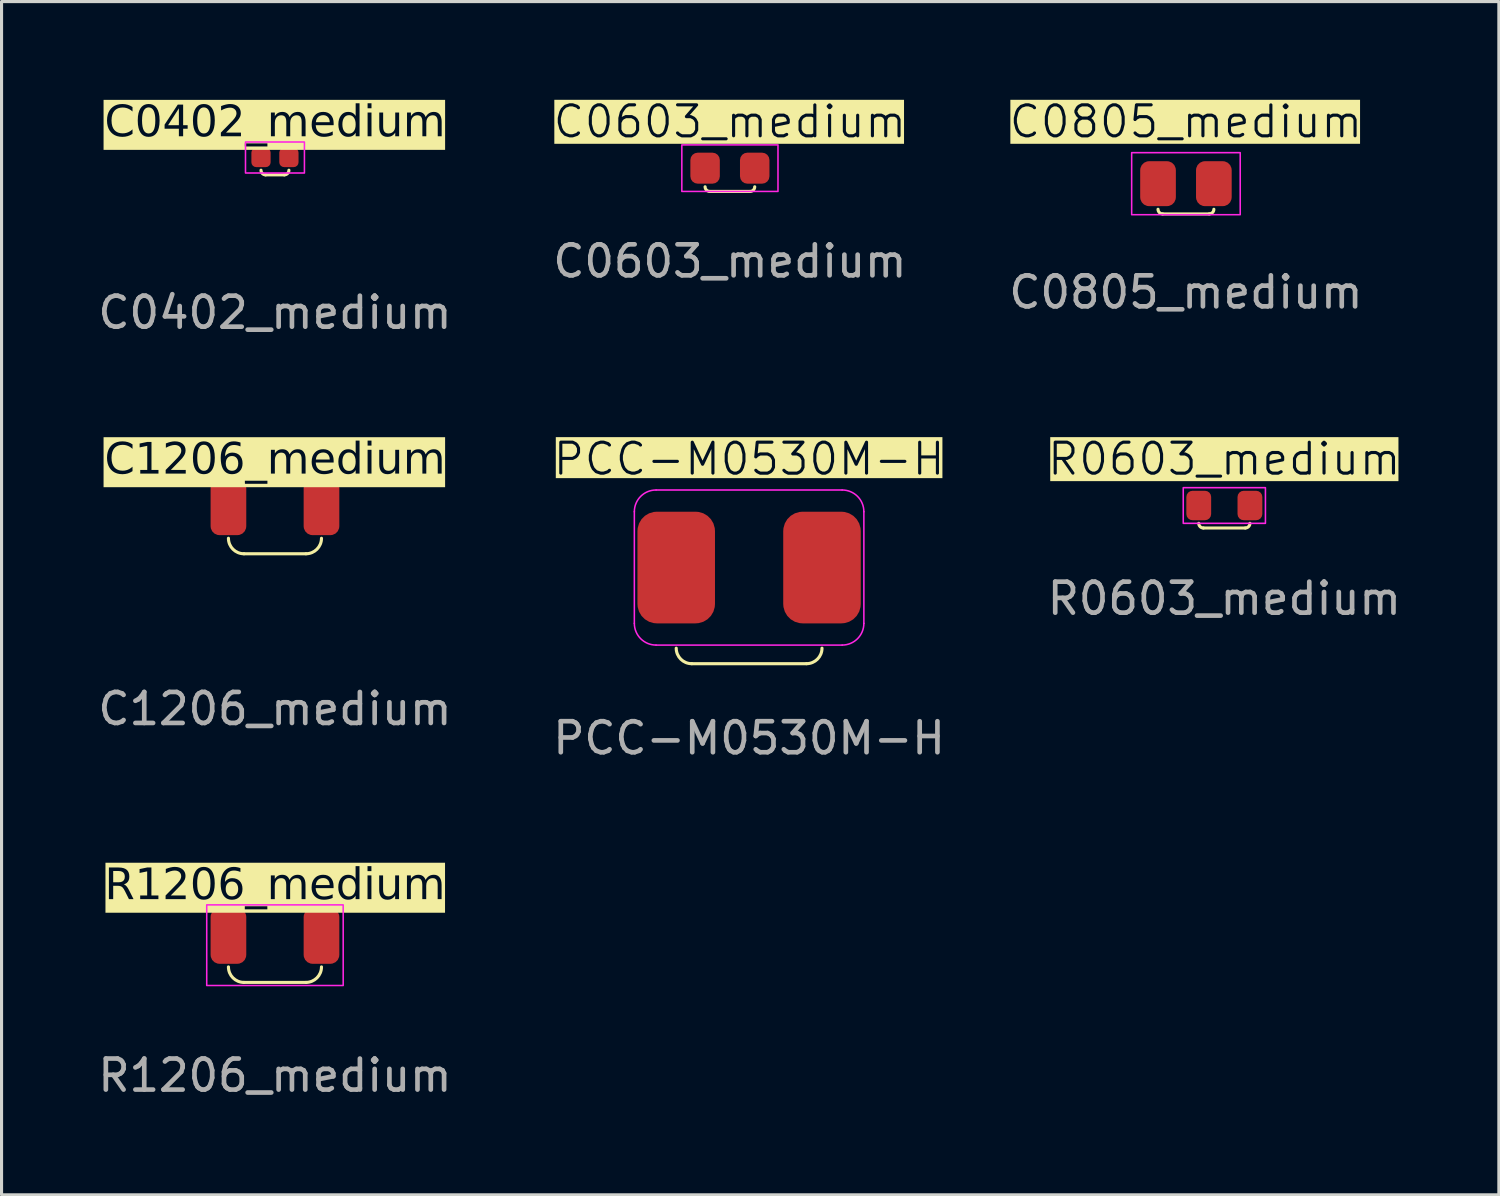
<source format=kicad_pcb>
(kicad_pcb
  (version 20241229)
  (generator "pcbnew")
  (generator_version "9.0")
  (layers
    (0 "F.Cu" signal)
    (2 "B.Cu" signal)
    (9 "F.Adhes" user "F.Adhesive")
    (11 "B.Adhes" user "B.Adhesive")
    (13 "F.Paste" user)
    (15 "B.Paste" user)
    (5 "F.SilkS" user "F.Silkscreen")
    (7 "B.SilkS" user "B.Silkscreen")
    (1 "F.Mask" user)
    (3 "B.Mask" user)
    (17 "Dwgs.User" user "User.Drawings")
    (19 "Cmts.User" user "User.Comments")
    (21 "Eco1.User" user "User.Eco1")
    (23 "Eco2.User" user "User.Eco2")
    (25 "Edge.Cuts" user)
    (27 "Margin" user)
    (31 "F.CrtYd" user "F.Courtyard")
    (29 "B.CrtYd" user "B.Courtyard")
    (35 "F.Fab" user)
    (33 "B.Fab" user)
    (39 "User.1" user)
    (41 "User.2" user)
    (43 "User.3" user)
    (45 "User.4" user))
  (footprint "R0603_medium"
    (layer "F.Cu")
    (at 36.424 13.248)
    (property "Reference" "R0603_medium" (at 0 -1.5 0) (unlocked yes) (layer "F.SilkS" knockout) (effects (font (size 1 1) (thickness 0.1))))
    (attr smd)
    (fp_line (start -0.675 0.725) (end 0.675 0.725) (stroke (width 0.1) (type default)) (layer "F.SilkS"))
    (fp_arc (start -0.675 0.725) (mid -0.781066 0.681066) (end -0.825 0.575) (stroke (width 0.1) (type default)) (layer "F.SilkS"))
    (fp_arc (start 0.825 0.575) (mid 0.781066 0.681066) (end 0.675 0.725) (stroke (width 0.1) (type default)) (layer "F.SilkS"))
    (fp_rect (start -1.325 -0.575) (end 1.325 0.575) (stroke (width 0.05) (type default)) (fill no) (layer "F.CrtYd"))
    (fp_text user "${REFERENCE}" (at 0 3 0) (unlocked yes) (layer "F.Fab") (effects (font (size 1 1) (thickness 0.15))))
    (pad "1" smd roundrect (at -0.825 0) (size 0.8 0.95) (layers "F.Cu" "F.Mask" "F.Paste") (roundrect_rratio 0.25))
    (pad "2" smd roundrect (at 0.825 0) (size 0.8 0.95) (layers "F.Cu" "F.Mask" "F.Paste") (roundrect_rratio 0.25)))
  (footprint "C0805_medium"
    (layer "F.Cu")
    (at 35.186 2.872)
    (property "Reference" "C0805_medium" (at 0 -2 0) (unlocked yes) (layer "F.SilkS" knockout) (effects (font (size 1 1) (thickness 0.1))))
    (attr smd)
    (fp_line (start -0.75 0.975) (end 0.75 0.975) (stroke (width 0.1) (type default)) (layer "F.SilkS"))
    (fp_arc (start -0.75 0.975) (mid -0.856066 0.931066) (end -0.9 0.825) (stroke (width 0.1) (type default)) (layer "F.SilkS"))
    (fp_arc (start 0.9 0.825) (mid 0.856066 0.931066) (end 0.75 0.975) (stroke (width 0.1) (type default)) (layer "F.SilkS"))
    (fp_rect (start -1.75 -1) (end 1.75 1) (stroke (width 0.05) (type default)) (fill no) (layer "F.CrtYd"))
    (fp_text user "${REFERENCE}" (at 0 3.5 0) (unlocked yes) (layer "F.Fab") (effects (font (size 1 1) (thickness 0.15))))
    (pad "1" smd roundrect (at -0.9 0) (size 1.15 1.45) (layers "F.Cu" "F.Mask" "F.Paste") (roundrect_rratio 0.25))
    (pad "2" smd roundrect (at 0.9 0) (size 1.15 1.45) (layers "F.Cu" "F.Mask" "F.Paste") (roundrect_rratio 0.25)))
  (footprint "C1206_medium"
    (layer "F.Cu")
    (at 5.815 13.304)
    (property "Reference" "C1206_medium" (at 0 -1.5 0) (unlocked yes) (layer "F.SilkS" knockout) (effects (font (face "Futura") (size 1 1) (thickness 0.1))))
    (attr smd)
    (fp_line (start -1 1.5) (end 1 1.5) (stroke (width 0.1) (type default)) (layer "F.SilkS"))
    (fp_arc (start -1 1.5) (mid -1.353553 1.353553) (end -1.5 1) (stroke (width 0.1) (type default)) (layer "F.SilkS"))
    (fp_arc (start 1.5 1) (mid 1.353553 1.353553) (end 1 1.5) (stroke (width 0.1) (type default)) (layer "F.SilkS"))
    (fp_text user "${REFERENCE}" (at 0 6.5 0) (unlocked yes) (layer "F.Fab") (effects (font (size 1 1) (thickness 0.15))))
    (pad "1" smd roundrect (at -1.5 0) (size 1.15 1.8) (layers "F.Cu" "F.Mask" "F.Paste") (roundrect_rratio 0.25))
    (pad "2" smd roundrect (at 1.5 0) (size 1.15 1.8) (layers "F.Cu" "F.Mask" "F.Paste") (roundrect_rratio 0.25)))
  (footprint "C0603_medium"
    (layer "F.Cu")
    (at 20.483 2.372)
    (property "Reference" "C0603_medium" (at 0 -1.5 0) (unlocked yes) (layer "F.SilkS" knockout) (effects (font (size 1 1) (thickness 0.1))))
    (attr smd)
    (fp_line (start -0.65 0.75) (end 0.65 0.75) (stroke (width 0.1) (type default)) (layer "F.SilkS"))
    (fp_arc (start -0.65 0.75) (mid -0.756066 0.706066) (end -0.8 0.6) (stroke (width 0.1) (type default)) (layer "F.SilkS"))
    (fp_arc (start 0.8 0.6) (mid 0.756066 0.706066) (end 0.65 0.75) (stroke (width 0.1) (type default)) (layer "F.SilkS"))
    (fp_rect (start -1.55 -0.75) (end 1.55 0.75) (stroke (width 0.05) (type default)) (fill no) (layer "F.CrtYd"))
    (fp_text user "${REFERENCE}" (at 0 3 0) (unlocked yes) (layer "F.Fab") (effects (font (size 1 1) (thickness 0.15))))
    (pad "1" smd roundrect (at -0.8 0) (size 0.95 1) (layers "F.Cu" "F.Mask" "F.Paste") (roundrect_rratio 0.25))
    (pad "2" smd roundrect (at 0.8 0) (size 0.95 1) (layers "F.Cu" "F.Mask" "F.Paste") (roundrect_rratio 0.25)))
  (footprint "C0402_medium"
    (layer "F.Cu")
    (at 5.815 2.028)
    (property "Reference" "C0402_medium" (at 0 -1.1 0) (unlocked yes) (layer "F.SilkS" knockout) (effects (font (face "Futura") (size 1 1) (thickness 0.1))))
    (attr smd)
    (fp_line (start -0.3 0.56) (end 0.3 0.56) (stroke (width 0.1) (type default)) (layer "F.SilkS"))
    (fp_arc (start -0.3 0.56) (mid -0.406066 0.516066) (end -0.45 0.41) (stroke (width 0.1) (type default)) (layer "F.SilkS"))
    (fp_arc (start 0.45 0.41) (mid 0.406066 0.516066) (end 0.3 0.56) (stroke (width 0.1) (type default)) (layer "F.SilkS"))
    (fp_rect (start -0.95 -0.5) (end 0.95 0.5) (stroke (width 0.05) (type default)) (fill no) (layer "F.CrtYd"))
    (fp_text user "${REFERENCE}" (at 0 5 0) (unlocked yes) (layer "F.Fab") (effects (font (size 1 1) (thickness 0.15))))
    (pad "1" smd roundrect (at -0.45 0) (size 0.62 0.62) (layers "F.Cu" "F.Mask" "F.Paste") (roundrect_rratio 0.25))
    (pad "2" smd roundrect (at 0.45 0) (size 0.62 0.62) (layers "F.Cu" "F.Mask" "F.Paste") (roundrect_rratio 0.25)))
  (footprint "R1206_medium"
    (layer "F.Cu")
    (at 5.815 27.124)
    (property "Reference" "R1206_medium" (at 0 -1.6 0) (unlocked yes) (layer "F.SilkS" knockout) (effects (font (face "Futura") (size 1 1) (thickness 0.1))))
    (attr smd)
    (fp_line (start -1 1.5) (end 1 1.5) (stroke (width 0.1) (type default)) (layer "F.SilkS"))
    (fp_arc (start -1 1.5) (mid -1.353553 1.353553) (end -1.5 1) (stroke (width 0.1) (type default)) (layer "F.SilkS"))
    (fp_arc (start 1.5 1) (mid 1.353553 1.353553) (end 1 1.5) (stroke (width 0.1) (type default)) (layer "F.SilkS"))
    (fp_rect (start -2.2 -1) (end 2.2 1.6) (stroke (width 0.05) (type default)) (fill no) (layer "F.CrtYd"))
    (fp_text user "${REFERENCE}" (at 0 4.5 0) (unlocked yes) (layer "F.Fab") (effects (font (size 1 1) (thickness 0.15))))
    (pad "1" smd roundrect (at -1.5 0) (size 1.15 1.8) (layers "F.Cu" "F.Mask" "F.Paste") (roundrect_rratio 0.25))
    (pad "2" smd roundrect (at 1.5 0) (size 1.15 1.8) (layers "F.Cu" "F.Mask" "F.Paste") (roundrect_rratio 0.25)))
  (footprint "PCC-M0530M-H"
    (layer "F.Cu")
    (at 21.102 15.248)
    (property "Reference" "PCC-M0530M-H" (at 0 -3.5 0) (unlocked yes) (layer "F.SilkS" knockout) (effects (font (size 1 1) (thickness 0.1))))
    (attr smd)
    (fp_line (start 1.85 3.1) (end -1.85 3.1) (stroke (width 0.1) (type default)) (layer "F.SilkS"))
    (fp_arc (start -1.85 3.1) (mid -2.203553 2.953553) (end -2.35 2.6) (stroke (width 0.1) (type default)) (layer "F.SilkS"))
    (fp_arc (start 2.35 2.6) (mid 2.203553 2.953553) (end 1.85 3.1) (stroke (width 0.1) (type default)) (layer "F.SilkS"))
    (fp_line (start -3.7 -1.8) (end -3.7 1.8) (stroke (width 0.05) (type default)) (layer "F.CrtYd"))
    (fp_line (start -3 2.5) (end 3 2.5) (stroke (width 0.05) (type default)) (layer "F.CrtYd"))
    (fp_line (start 3 -2.5) (end -3 -2.5) (stroke (width 0.05) (type default)) (layer "F.CrtYd"))
    (fp_line (start 3.7 1.8) (end 3.7 -1.8) (stroke (width 0.05) (type default)) (layer "F.CrtYd"))
    (fp_arc (start -3.7 -1.8) (mid -3.494975 -2.294975) (end -3 -2.5) (stroke (width 0.05) (type default)) (layer "F.CrtYd"))
    (fp_arc (start -3 2.5) (mid -3.494975 2.294975) (end -3.7 1.8) (stroke (width 0.05) (type default)) (layer "F.CrtYd"))
    (fp_arc (start 3 -2.5) (mid 3.494975 -2.294975) (end 3.7 -1.8) (stroke (width 0.05) (type default)) (layer "F.CrtYd"))
    (fp_arc (start 3.7 1.8) (mid 3.494975 2.294975) (end 3 2.5) (stroke (width 0.05) (type default)) (layer "F.CrtYd"))
    (fp_text user "${REFERENCE}" (at 0 5.5 0) (unlocked yes) (layer "F.Fab") (effects (font (size 1 1) (thickness 0.15))))
    (pad "1" smd roundrect (at -2.35 0 180) (size 2.5 3.6) (layers "F.Cu" "F.Mask" "F.Paste") (roundrect_rratio 0.25))
    (pad "2" smd roundrect (at 2.35 0) (size 2.5 3.6) (layers "F.Cu" "F.Mask" "F.Paste") (roundrect_rratio 0.25)))
  (gr_rect
    (start -3 -3)
    (end 45.275 35.472)
    (stroke (width 0.1) (type default))
    (fill no)
    (layer "Edge.Cuts")))
</source>
